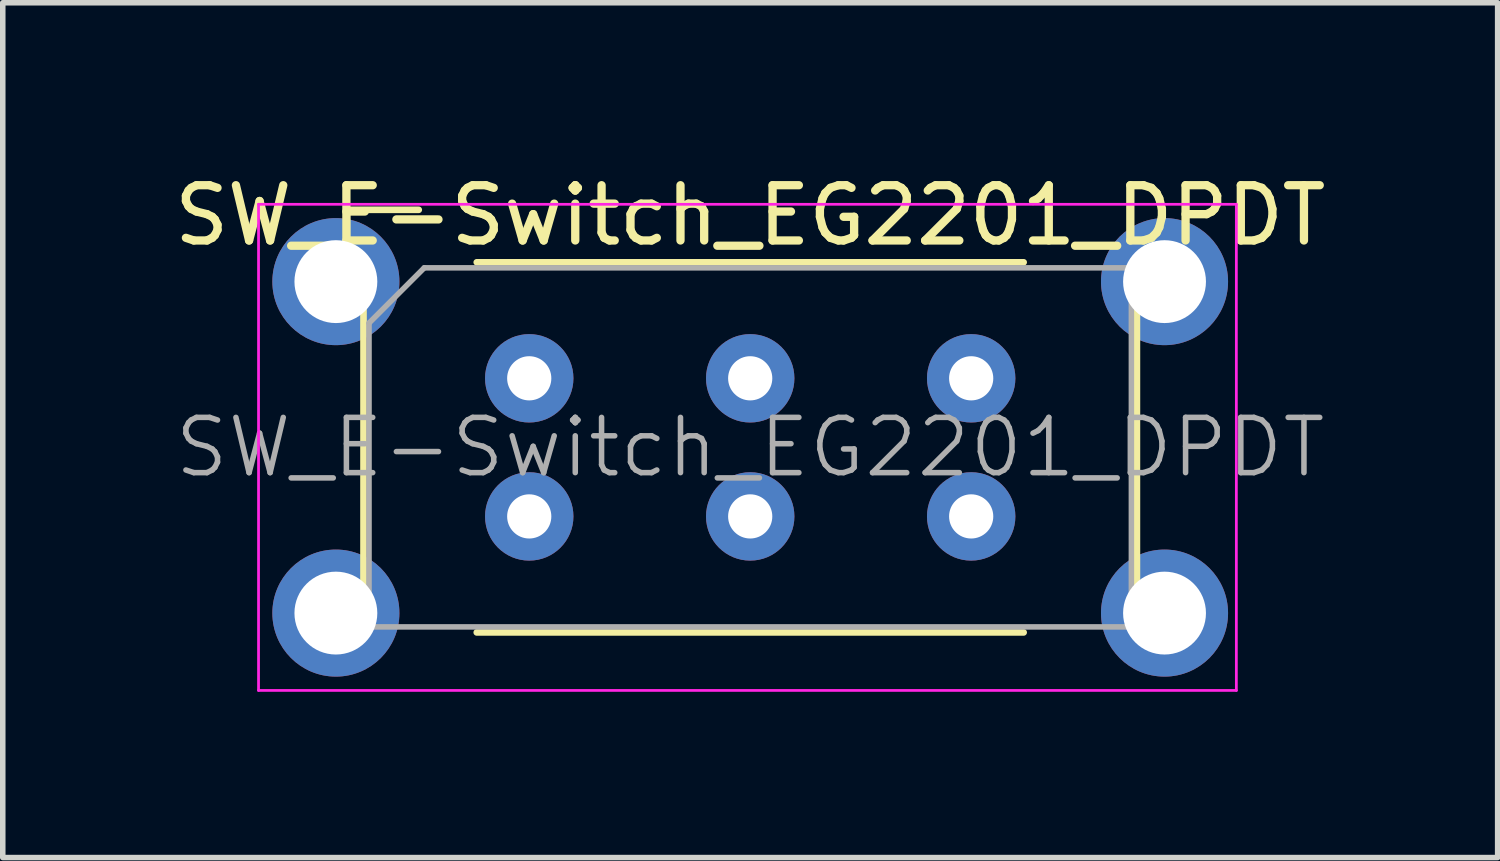
<source format=kicad_pcb>
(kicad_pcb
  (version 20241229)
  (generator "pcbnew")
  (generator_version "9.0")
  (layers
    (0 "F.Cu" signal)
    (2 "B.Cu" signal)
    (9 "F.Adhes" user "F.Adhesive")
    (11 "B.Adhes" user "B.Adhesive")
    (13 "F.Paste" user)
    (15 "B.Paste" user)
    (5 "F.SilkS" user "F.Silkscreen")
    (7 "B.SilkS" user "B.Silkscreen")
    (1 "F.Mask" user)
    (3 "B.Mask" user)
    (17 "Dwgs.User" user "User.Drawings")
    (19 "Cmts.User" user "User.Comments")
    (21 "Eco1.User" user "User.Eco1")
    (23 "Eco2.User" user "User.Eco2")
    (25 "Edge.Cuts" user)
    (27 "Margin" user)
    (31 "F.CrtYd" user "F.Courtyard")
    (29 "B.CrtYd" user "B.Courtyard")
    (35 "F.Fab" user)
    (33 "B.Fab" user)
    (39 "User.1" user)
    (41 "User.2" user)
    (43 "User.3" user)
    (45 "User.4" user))
  (footprint "SW_E-Switch_EG2201_DPDT"
    (layer "F.Cu")
    (at 6.53 3.798)
    (property "Reference" "SW_E-Switch_EG2201_DPDT" (at 4 -2.95 0) (layer "F.SilkS") (effects (font (size 1 1) (thickness 0.15))))
    (attr through_hole)
    (fp_line (start -3.3 -3.05) (end -2 -3.05) (stroke (width 0.12) (type solid)) (layer "F.SilkS"))
    (fp_line (start -3.3 -1.75) (end -3.3 -3.05) (stroke (width 0.12) (type solid)) (layer "F.SilkS"))
    (fp_line (start -3 3.85) (end -3 -1.35) (stroke (width 0.12) (type solid)) (layer "F.SilkS"))
    (fp_line (start -0.95 -2.1) (end 8.95 -2.1) (stroke (width 0.12) (type solid)) (layer "F.SilkS"))
    (fp_line (start 8.95 4.6) (end -0.95 4.6) (stroke (width 0.12) (type solid)) (layer "F.SilkS"))
    (fp_line (start 11 -1.35) (end 11 3.85) (stroke (width 0.12) (type solid)) (layer "F.SilkS"))
    (fp_line (start -4.9 -3.15) (end 12.8 -3.15) (stroke (width 0.05) (type solid)) (layer "F.CrtYd"))
    (fp_line (start -4.9 5.65) (end -4.9 -3.15) (stroke (width 0.05) (type solid)) (layer "F.CrtYd"))
    (fp_line (start 12.8 -3.15) (end 12.8 5.65) (stroke (width 0.05) (type solid)) (layer "F.CrtYd"))
    (fp_line (start 12.8 5.65) (end -4.9 5.65) (stroke (width 0.05) (type solid)) (layer "F.CrtYd"))
    (fp_line (start -2.9 4.5) (end -2.9 -1) (stroke (width 0.1) (type solid)) (layer "F.Fab"))
    (fp_line (start -1.9 -2) (end -2.9 -1) (stroke (width 0.1) (type solid)) (layer "F.Fab"))
    (fp_line (start -1.9 -2) (end 10.9 -2) (stroke (width 0.1) (type solid)) (layer "F.Fab"))
    (fp_line (start 10.9 -2) (end 10.9 4.5) (stroke (width 0.1) (type solid)) (layer "F.Fab"))
    (fp_line (start 10.9 4.5) (end -2.9 4.5) (stroke (width 0.1) (type solid)) (layer "F.Fab"))
    (fp_text user "${REFERENCE}" (at 4 1.25 0) (layer "F.Fab") (effects (font (size 1 1) (thickness 0.1))))
    (pad "" thru_hole circle (at -3.5 -1.75) (size 2.3 2.3) (drill 1.5) (layers "*.Cu" "*.Mask"))
    (pad "" thru_hole circle (at -3.5 4.25) (size 2.3 2.3) (drill 1.5) (layers "*.Cu" "*.Mask"))
    (pad "" thru_hole circle (at 11.5 -1.75) (size 2.3 2.3) (drill 1.5) (layers "*.Cu" "*.Mask"))
    (pad "" thru_hole circle (at 11.5 4.25) (size 2.3 2.3) (drill 1.5) (layers "*.Cu" "*.Mask"))
    (pad "1" thru_hole circle (at 0 0) (size 1.6 1.6) (drill 0.8) (layers "*.Cu" "*.Mask"))
    (pad "2" thru_hole circle (at 4 0) (size 1.6 1.6) (drill 0.8) (layers "*.Cu" "*.Mask"))
    (pad "3" thru_hole circle (at 8 0) (size 1.6 1.6) (drill 0.8) (layers "*.Cu" "*.Mask"))
    (pad "4" thru_hole circle (at 0 2.5) (size 1.6 1.6) (drill 0.8) (layers "*.Cu" "*.Mask"))
    (pad "5" thru_hole circle (at 4 2.5) (size 1.6 1.6) (drill 0.8) (layers "*.Cu" "*.Mask"))
    (pad "6" thru_hole circle (at 8 2.5) (size 1.6 1.6) (drill 0.8) (layers "*.Cu" "*.Mask")))
  (gr_rect
    (start -3 -3)
    (end 24.06 12.473)
    (stroke (width 0.1) (type default))
    (fill no)
    (layer "Edge.Cuts")))
</source>
